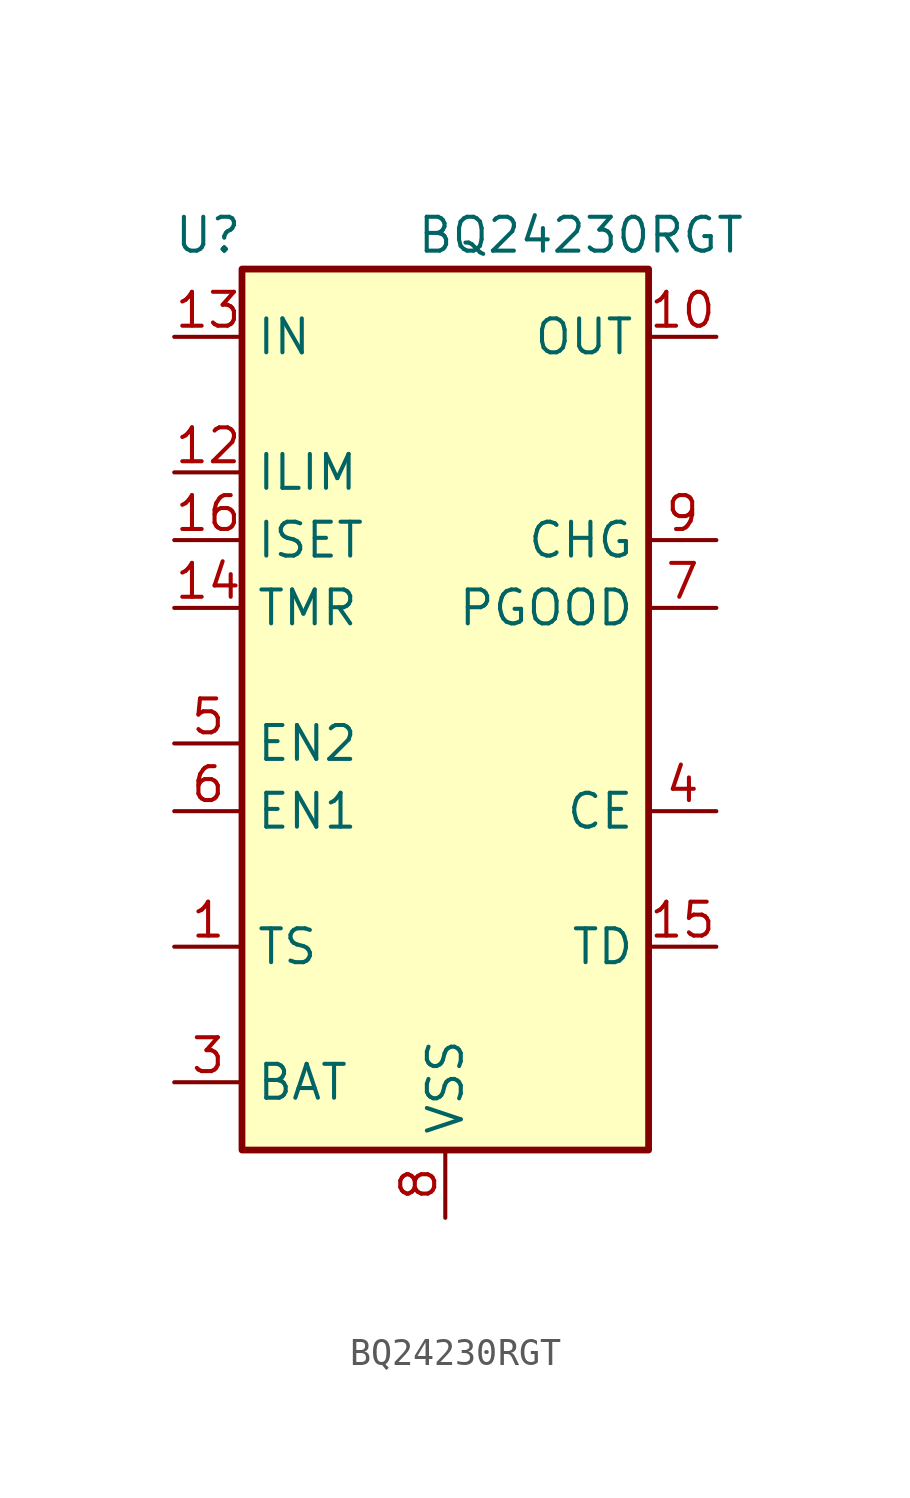
<source format=kicad_sym>
(kicad_symbol_lib
  (version 20220914)
  (generator kicad_symbol_editor)
  (symbol "BQ24230RGT"
    (property "Reference" "U"
      (at -8.89 19.05 0)
      (effects (font (size 1.27 1.27))))
    (property "Value" "BQ24230RGT"
      (at 5.08 19.05 0)
      (effects (font (size 1.27 1.27))))
    (symbol "BQ24230RGT_0_1"
      (rectangle (start -7.62 17.78) (end 7.62 -15.24) (stroke (width 0.254) (type default)) (fill (type background))))
    (symbol "BQ24230RGT_1_1"
      (pin passive line (at -10.16 -7.62 0) (length 2.54) (name "TS" (effects (font (size 1.27 1.27)))) (number "1" (effects (font (size 1.27 1.27)))))
      (pin power_out line (at 10.16 15.24 180) (length 2.54) (name "OUT" (effects (font (size 1.27 1.27)))) (number "10" (effects (font (size 1.27 1.27)))))
      (pin passive line (at 10.16 15.24 180) (length 2.54) hide (name "OUT" (effects (font (size 1.27 1.27)))) (number "11" (effects (font (size 1.27 1.27)))))
      (pin passive line (at -10.16 10.16 0) (length 2.54) (name "ILIM" (effects (font (size 1.27 1.27)))) (number "12" (effects (font (size 1.27 1.27)))))
      (pin power_in line (at -10.16 15.24 0) (length 2.54) (name "IN" (effects (font (size 1.27 1.27)))) (number "13" (effects (font (size 1.27 1.27)))))
      (pin passive line (at -10.16 5.08 0) (length 2.54) (name "TMR" (effects (font (size 1.27 1.27)))) (number "14" (effects (font (size 1.27 1.27)))))
      (pin input line (at 10.16 -7.62 180) (length 2.54) (name "TD" (effects (font (size 1.27 1.27)))) (number "15" (effects (font (size 1.27 1.27)))))
      (pin passive line (at -10.16 7.62 0) (length 2.54) (name "ISET" (effects (font (size 1.27 1.27)))) (number "16" (effects (font (size 1.27 1.27)))))
      (pin passive line (at 0 -17.78 90) (length 2.54) hide (name "VSS" (effects (font (size 1.27 1.27)))) (number "17" (effects (font (size 1.27 1.27)))))
      (pin bidirectional line (at -10.16 -12.7 0) (length 2.54) hide (name "BAT" (effects (font (size 1.27 1.27)))) (number "2" (effects (font (size 1.27 1.27)))))
      (pin bidirectional line (at -10.16 -12.7 0) (length 2.54) (name "BAT" (effects (font (size 1.27 1.27)))) (number "3" (effects (font (size 1.27 1.27)))))
      (pin input line (at 10.16 -2.54 180) (length 2.54) (name "CE" (effects (font (size 1.27 1.27)))) (number "4" (effects (font (size 1.27 1.27)))))
      (pin input line (at -10.16 0 0) (length 2.54) (name "EN2" (effects (font (size 1.27 1.27)))) (number "5" (effects (font (size 1.27 1.27)))))
      (pin input line (at -10.16 -2.54 0) (length 2.54) (name "EN1" (effects (font (size 1.27 1.27)))) (number "6" (effects (font (size 1.27 1.27)))))
      (pin open_collector line (at 10.16 5.08 180) (length 2.54) (name "PGOOD" (effects (font (size 1.27 1.27)))) (number "7" (effects (font (size 1.27 1.27)))))
      (pin power_in line (at 0 -17.78 90) (length 2.54) (name "VSS" (effects (font (size 1.27 1.27)))) (number "8" (effects (font (size 1.27 1.27)))))
      (pin open_collector line (at 10.16 7.62 180) (length 2.54) (name "CHG" (effects (font (size 1.27 1.27)))) (number "9" (effects (font (size 1.27 1.27))))))))
</source>
